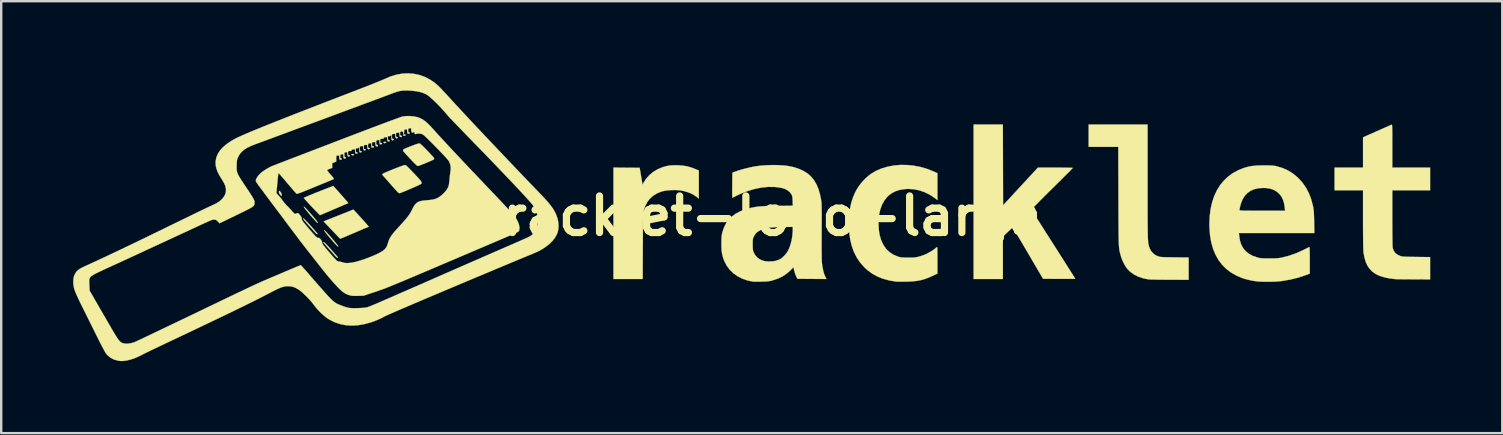
<source format=kicad_pcb>
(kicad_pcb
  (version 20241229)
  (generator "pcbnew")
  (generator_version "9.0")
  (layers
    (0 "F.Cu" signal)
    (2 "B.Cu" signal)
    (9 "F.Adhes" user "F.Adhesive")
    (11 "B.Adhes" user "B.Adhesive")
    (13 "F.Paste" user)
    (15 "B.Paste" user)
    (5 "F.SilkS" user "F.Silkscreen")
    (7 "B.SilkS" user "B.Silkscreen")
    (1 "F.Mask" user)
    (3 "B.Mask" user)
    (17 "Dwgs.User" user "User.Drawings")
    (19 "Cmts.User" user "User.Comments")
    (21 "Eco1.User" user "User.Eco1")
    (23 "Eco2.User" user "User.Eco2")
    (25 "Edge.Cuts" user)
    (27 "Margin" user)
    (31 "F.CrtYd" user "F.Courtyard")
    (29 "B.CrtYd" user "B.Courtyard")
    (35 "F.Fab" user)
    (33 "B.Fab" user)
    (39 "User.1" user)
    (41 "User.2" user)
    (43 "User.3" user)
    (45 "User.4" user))
  (footprint "racklet-logo-large"
    (layer "F.Cu")
    (at 29.109 5.947)
    (property "Reference" "racklet-logo-large" (at 0 0 0) (layer "F.SilkS") (effects (font (size 1.524 1.524) (thickness 0.3))))
    (attr through_hole)
    (fp_poly (pts (xy -15.266 -3.386) (xy -15.26 -3.368) (xy -15.274 -3.352) (xy -15.315 -3.338) (xy -15.354 -3.347) (xy -15.374 -3.364) (xy -15.363 -3.381) (xy -15.331 -3.394) (xy -15.292 -3.397) (xy -15.266 -3.386)) (stroke (width 0.01) (type solid)) (fill yes) (layer "F.SilkS"))
    (fp_poly (pts (xy -20.496 -1.027) (xy -20.465 -0.99) (xy -20.431 -0.93) (xy -20.425 -0.879) (xy -20.43 -0.827) (xy -20.485 -0.884) (xy -20.527 -0.94) (xy -20.54 -0.993) (xy -20.54 -0.996) (xy -20.536 -1.036) (xy -20.522 -1.047) (xy -20.496 -1.027)) (stroke (width 0.01) (type solid)) (fill yes) (layer "F.SilkS"))
    (fp_poly (pts (xy -17.424 -2.573) (xy -17.408 -2.558) (xy -17.421 -2.543) (xy -17.424 -2.54) (xy -17.466 -2.524) (xy -17.507 -2.538) (xy -17.509 -2.539) (xy -17.526 -2.556) (xy -17.526 -2.562) (xy -17.49 -2.578) (xy -17.447 -2.581) (xy -17.424 -2.573)) (stroke (width 0.01) (type solid)) (fill yes) (layer "F.SilkS"))
    (fp_poly (pts (xy -16.087 -3.081) (xy -16.07 -3.066) (xy -16.083 -3.051) (xy -16.087 -3.048) (xy -16.128 -3.032) (xy -16.169 -3.046) (xy -16.171 -3.047) (xy -16.188 -3.064) (xy -16.188 -3.07) (xy -16.152 -3.086) (xy -16.109 -3.089) (xy -16.087 -3.081)) (stroke (width 0.01) (type solid)) (fill yes) (layer "F.SilkS"))
    (fp_poly (pts (xy -19.469 -0.368) (xy -19.425 -0.326) (xy -19.364 -0.26) (xy -19.283 -0.17) (xy -19.206 -0.081) (xy -19.127 0.01) (xy -19.058 0.094) (xy -18.999 0.166) (xy -18.954 0.224) (xy -18.926 0.264) (xy -18.918 0.282) (xy -18.93 0.287) (xy -18.96 0.266) (xy -18.992 0.234) (xy -19.065 0.155) (xy -19.142 0.069) (xy -19.219 -0.02) (xy -19.294 -0.107) (xy -19.361 -0.189) (xy -19.42 -0.262) (xy -19.465 -0.322) (xy -19.494 -0.365) (xy -19.504 -0.387) (xy -19.504 -0.388) (xy -19.494 -0.389) (xy -19.469 -0.368)) (stroke (width 0.01) (type solid)) (fill yes) (layer "F.SilkS"))
    (fp_poly (pts (xy -18.622 0.614) (xy -18.579 0.656) (xy -18.517 0.722) (xy -18.437 0.812) (xy -18.359 0.901) (xy -18.281 0.992) (xy -18.211 1.076) (xy -18.152 1.149) (xy -18.107 1.207) (xy -18.079 1.246) (xy -18.071 1.264) (xy -18.083 1.269) (xy -18.113 1.248) (xy -18.145 1.216) (xy -18.219 1.137) (xy -18.296 1.051) (xy -18.373 0.962) (xy -18.447 0.875) (xy -18.515 0.793) (xy -18.573 0.72) (xy -18.618 0.66) (xy -18.648 0.617) (xy -18.657 0.595) (xy -18.657 0.595) (xy -18.648 0.594) (xy -18.622 0.614)) (stroke (width 0.01) (type solid)) (fill yes) (layer "F.SilkS"))
    (fp_poly (pts (xy -19.491 0.12) (xy -19.469 0.141) (xy -19.429 0.181) (xy -19.376 0.237) (xy -19.314 0.304) (xy -19.246 0.379) (xy -19.177 0.456) (xy -19.109 0.532) (xy -19.047 0.603) (xy -18.995 0.664) (xy -18.956 0.71) (xy -18.935 0.739) (xy -18.931 0.745) (xy -18.941 0.762) (xy -18.967 0.751) (xy -19.009 0.715) (xy -19.058 0.662) (xy -19.099 0.616) (xy -19.156 0.551) (xy -19.224 0.475) (xy -19.297 0.394) (xy -19.344 0.341) (xy -19.425 0.249) (xy -19.484 0.179) (xy -19.52 0.13) (xy -19.533 0.104) (xy -19.523 0.101) (xy -19.491 0.12)) (stroke (width 0.01) (type solid)) (fill yes) (layer "F.SilkS"))
    (fp_poly (pts (xy -18.645 1.103) (xy -18.622 1.123) (xy -18.583 1.163) (xy -18.53 1.219) (xy -18.467 1.286) (xy -18.4 1.361) (xy -18.33 1.438) (xy -18.262 1.514) (xy -18.2 1.585) (xy -18.148 1.646) (xy -18.109 1.692) (xy -18.088 1.721) (xy -18.085 1.727) (xy -18.094 1.744) (xy -18.12 1.733) (xy -18.163 1.697) (xy -18.212 1.644) (xy -18.252 1.598) (xy -18.309 1.533) (xy -18.377 1.457) (xy -18.45 1.376) (xy -18.498 1.323) (xy -18.579 1.231) (xy -18.638 1.161) (xy -18.674 1.112) (xy -18.687 1.086) (xy -18.677 1.083) (xy -18.645 1.103)) (stroke (width 0.01) (type solid)) (fill yes) (layer "F.SilkS"))
    (fp_poly (pts (xy -14.671 -3.021) (xy -14.648 -3.004) (xy -14.607 -2.968) (xy -14.553 -2.916) (xy -14.487 -2.852) (xy -14.416 -2.78) (xy -14.342 -2.704) (xy -14.27 -2.628) (xy -14.204 -2.557) (xy -14.147 -2.495) (xy -14.103 -2.445) (xy -14.077 -2.412) (xy -14.072 -2.401) (xy -14.081 -2.367) (xy -14.085 -2.36) (xy -14.104 -2.347) (xy -14.15 -2.324) (xy -14.216 -2.294) (xy -14.295 -2.259) (xy -14.383 -2.222) (xy -14.473 -2.184) (xy -14.56 -2.15) (xy -14.638 -2.12) (xy -14.7 -2.097) (xy -14.741 -2.085) (xy -14.753 -2.083) (xy -14.774 -2.09) (xy -14.807 -2.115) (xy -14.854 -2.158) (xy -14.919 -2.221) (xy -15.001 -2.307) (xy -15.071 -2.381) (xy -15.15 -2.466) (xy -15.222 -2.544) (xy -15.282 -2.612) (xy -15.329 -2.665) (xy -15.358 -2.7) (xy -15.366 -2.712) (xy -15.37 -2.749) (xy -15.356 -2.77) (xy -15.333 -2.784) (xy -15.283 -2.807) (xy -15.213 -2.838) (xy -15.126 -2.873) (xy -15.03 -2.912) (xy -15.02 -2.915) (xy -14.905 -2.959) (xy -14.818 -2.99) (xy -14.755 -3.01) (xy -14.711 -3.021) (xy -14.682 -3.023) (xy -14.671 -3.021)) (stroke (width 0.01) (type solid)) (fill yes) (layer "F.SilkS"))
    (fp_poly (pts (xy -17.958 -0.895) (xy -17.876 -0.803) (xy -17.803 -0.719) (xy -17.741 -0.648) (xy -17.692 -0.591) (xy -17.66 -0.552) (xy -17.647 -0.535) (xy -17.647 -0.535) (xy -17.666 -0.526) (xy -17.702 -0.512) (xy -17.704 -0.512) (xy -17.731 -0.501) (xy -17.786 -0.478) (xy -17.863 -0.445) (xy -17.959 -0.404) (xy -18.071 -0.357) (xy -18.193 -0.304) (xy -18.287 -0.264) (xy -18.413 -0.21) (xy -18.529 -0.16) (xy -18.631 -0.117) (xy -18.716 -0.081) (xy -18.78 -0.054) (xy -18.819 -0.038) (xy -18.83 -0.034) (xy -18.844 -0.046) (xy -18.878 -0.079) (xy -18.929 -0.131) (xy -18.994 -0.198) (xy -19.071 -0.278) (xy -19.155 -0.367) (xy -19.172 -0.385) (xy -19.258 -0.476) (xy -19.335 -0.56) (xy -19.401 -0.632) (xy -19.453 -0.691) (xy -19.488 -0.732) (xy -19.503 -0.752) (xy -19.504 -0.754) (xy -19.488 -0.763) (xy -19.445 -0.783) (xy -19.377 -0.813) (xy -19.289 -0.85) (xy -19.184 -0.893) (xy -19.065 -0.942) (xy -18.937 -0.994) (xy -18.803 -1.047) (xy -18.666 -1.101) (xy -18.53 -1.154) (xy -18.399 -1.204) (xy -18.361 -1.218) (xy -18.274 -1.251) (xy -17.958 -0.895)) (stroke (width 0.01) (type solid)) (fill yes) (layer "F.SilkS"))
    (fp_poly (pts (xy -17.428 -0.256) (xy -17.396 -0.224) (xy -17.349 -0.173) (xy -17.29 -0.109) (xy -17.222 -0.035) (xy -17.149 0.045) (xy -17.076 0.127) (xy -17.004 0.207) (xy -16.937 0.282) (xy -16.88 0.347) (xy -16.836 0.399) (xy -16.807 0.434) (xy -16.798 0.448) (xy -16.811 0.457) (xy -16.816 0.457) (xy -16.837 0.464) (xy -16.883 0.482) (xy -16.949 0.509) (xy -17.029 0.542) (xy -17.083 0.566) (xy -17.164 0.601) (xy -17.259 0.642) (xy -17.363 0.686) (xy -17.472 0.733) (xy -17.581 0.779) (xy -17.685 0.823) (xy -17.781 0.864) (xy -17.864 0.898) (xy -17.929 0.925) (xy -17.972 0.942) (xy -17.987 0.948) (xy -18 0.937) (xy -18.032 0.904) (xy -18.081 0.854) (xy -18.141 0.791) (xy -18.211 0.718) (xy -18.222 0.707) (xy -18.302 0.622) (xy -18.383 0.537) (xy -18.459 0.457) (xy -18.523 0.389) (xy -18.564 0.346) (xy -18.677 0.225) (xy -18.064 -0.019) (xy -17.929 -0.073) (xy -17.803 -0.123) (xy -17.69 -0.168) (xy -17.594 -0.206) (xy -17.519 -0.236) (xy -17.467 -0.257) (xy -17.443 -0.266) (xy -17.442 -0.267) (xy -17.428 -0.256)) (stroke (width 0.01) (type solid)) (fill yes) (layer "F.SilkS"))
    (fp_poly (pts (xy -3.92 -2.112) (xy -3.912 -2.112) (xy -3.717 -2.098) (xy -3.543 -2.07) (xy -3.375 -2.024) (xy -3.203 -1.959) (xy -3.194 -1.955) (xy -3.048 -1.893) (xy -3.048 -0.727) (xy -3.137 -0.793) (xy -3.241 -0.866) (xy -3.34 -0.921) (xy -3.448 -0.968) (xy -3.531 -0.997) (xy -3.686 -1.041) (xy -3.841 -1.069) (xy -4.005 -1.081) (xy -4.189 -1.079) (xy -4.358 -1.066) (xy -4.504 -1.043) (xy -4.636 -1.006) (xy -4.764 -0.953) (xy -4.814 -0.928) (xy -4.966 -0.832) (xy -5.094 -0.714) (xy -5.199 -0.573) (xy -5.283 -0.407) (xy -5.338 -0.246) (xy -5.344 -0.22) (xy -5.35 -0.196) (xy -5.356 -0.17) (xy -5.36 -0.139) (xy -5.364 -0.102) (xy -5.367 -0.055) (xy -5.37 0.002) (xy -5.372 0.074) (xy -5.374 0.162) (xy -5.375 0.268) (xy -5.376 0.395) (xy -5.377 0.546) (xy -5.378 0.723) (xy -5.379 0.928) (xy -5.38 1.163) (xy -5.381 1.257) (xy -5.386 2.625) (xy -6.604 2.625) (xy -6.604 -2.016) (xy -6.058 -2.011) (xy -5.512 -2.007) (xy -5.453 -1.655) (xy -5.393 -1.304) (xy -5.352 -1.382) (xy -5.244 -1.55) (xy -5.109 -1.701) (xy -4.951 -1.833) (xy -4.774 -1.942) (xy -4.581 -2.024) (xy -4.567 -2.029) (xy -4.44 -2.067) (xy -4.323 -2.093) (xy -4.204 -2.109) (xy -4.073 -2.114) (xy -3.92 -2.112)) (stroke (width 0.01) (type solid)) (fill yes) (layer "F.SilkS"))
    (fp_poly (pts (xy -15.282 -2.121) (xy -15.268 -2.118) (xy -15.253 -2.111) (xy -15.232 -2.096) (xy -15.204 -2.072) (xy -15.166 -2.035) (xy -15.114 -1.982) (xy -15.046 -1.912) (xy -14.96 -1.822) (xy -14.899 -1.759) (xy -14.8 -1.654) (xy -14.724 -1.571) (xy -14.667 -1.506) (xy -14.628 -1.456) (xy -14.605 -1.417) (xy -14.596 -1.387) (xy -14.599 -1.363) (xy -14.612 -1.342) (xy -14.621 -1.332) (xy -14.643 -1.319) (xy -14.691 -1.296) (xy -14.76 -1.264) (xy -14.846 -1.225) (xy -14.942 -1.183) (xy -15.045 -1.138) (xy -15.149 -1.094) (xy -15.249 -1.051) (xy -15.34 -1.014) (xy -15.417 -0.983) (xy -15.476 -0.961) (xy -15.51 -0.949) (xy -15.516 -0.948) (xy -15.547 -0.959) (xy -15.574 -0.978) (xy -15.595 -0.999) (xy -15.634 -1.041) (xy -15.688 -1.101) (xy -15.754 -1.175) (xy -15.829 -1.258) (xy -15.884 -1.321) (xy -15.963 -1.41) (xy -16.037 -1.494) (xy -16.101 -1.567) (xy -16.154 -1.626) (xy -16.19 -1.666) (xy -16.203 -1.681) (xy -16.23 -1.713) (xy -16.236 -1.732) (xy -16.221 -1.751) (xy -16.213 -1.759) (xy -16.188 -1.774) (xy -16.136 -1.798) (xy -16.063 -1.83) (xy -15.974 -1.868) (xy -15.873 -1.909) (xy -15.767 -1.952) (xy -15.661 -1.993) (xy -15.558 -2.032) (xy -15.466 -2.067) (xy -15.388 -2.094) (xy -15.331 -2.113) (xy -15.299 -2.121) (xy -15.297 -2.121) (xy -15.282 -2.121)) (stroke (width 0.01) (type solid)) (fill yes) (layer "F.SilkS"))
    (fp_poly (pts (xy 15.646 -1.425) (xy 15.646 -1.082) (xy 15.646 -0.772) (xy 15.647 -0.492) (xy 15.647 -0.241) (xy 15.647 -0.016) (xy 15.648 0.183) (xy 15.649 0.359) (xy 15.651 0.513) (xy 15.653 0.647) (xy 15.655 0.763) (xy 15.658 0.863) (xy 15.661 0.947) (xy 15.665 1.019) (xy 15.67 1.08) (xy 15.676 1.131) (xy 15.682 1.174) (xy 15.689 1.211) (xy 15.698 1.244) (xy 15.707 1.275) (xy 15.717 1.304) (xy 15.728 1.335) (xy 15.734 1.35) (xy 15.792 1.46) (xy 15.876 1.556) (xy 15.98 1.633) (xy 16.079 1.678) (xy 16.113 1.689) (xy 16.145 1.697) (xy 16.181 1.704) (xy 16.224 1.709) (xy 16.278 1.713) (xy 16.348 1.716) (xy 16.437 1.718) (xy 16.55 1.72) (xy 16.691 1.722) (xy 16.777 1.723) (xy 17.357 1.73) (xy 17.357 2.659) (xy 16.574 2.656) (xy 16.41 2.656) (xy 16.253 2.654) (xy 16.107 2.653) (xy 15.976 2.651) (xy 15.864 2.648) (xy 15.775 2.646) (xy 15.712 2.643) (xy 15.685 2.641) (xy 15.47 2.599) (xy 15.27 2.533) (xy 15.09 2.444) (xy 14.933 2.334) (xy 14.824 2.23) (xy 14.754 2.14) (xy 14.684 2.026) (xy 14.619 1.899) (xy 14.565 1.768) (xy 14.53 1.659) (xy 14.517 1.61) (xy 14.505 1.565) (xy 14.494 1.523) (xy 14.484 1.482) (xy 14.476 1.44) (xy 14.469 1.394) (xy 14.462 1.344) (xy 14.457 1.286) (xy 14.452 1.219) (xy 14.448 1.141) (xy 14.445 1.05) (xy 14.442 0.943) (xy 14.44 0.819) (xy 14.438 0.677) (xy 14.437 0.513) (xy 14.436 0.326) (xy 14.435 0.114) (xy 14.434 -0.125) (xy 14.433 -0.394) (xy 14.432 -0.693) (xy 14.432 -0.817) (xy 14.426 -2.879) (xy 13.191 -2.879) (xy 13.191 -3.81) (xy 15.646 -3.81) (xy 15.646 -1.425)) (stroke (width 0.01) (type solid)) (fill yes) (layer "F.SilkS"))
    (fp_poly (pts (xy 25.823 -3.799) (xy 25.827 -3.787) (xy 25.831 -3.765) (xy 25.834 -3.729) (xy 25.836 -3.678) (xy 25.838 -3.609) (xy 25.839 -3.518) (xy 25.84 -3.404) (xy 25.84 -3.264) (xy 25.84 -3.095) (xy 25.84 -2.914) (xy 25.84 -2.015) (xy 27.415 -2.015) (xy 27.415 -1.067) (xy 25.84 -1.067) (xy 25.84 0.092) (xy 25.841 0.359) (xy 25.841 0.595) (xy 25.843 0.799) (xy 25.845 0.972) (xy 25.847 1.112) (xy 25.85 1.219) (xy 25.854 1.293) (xy 25.858 1.334) (xy 25.858 1.336) (xy 25.899 1.45) (xy 25.966 1.543) (xy 26.061 1.617) (xy 26.18 1.669) (xy 26.21 1.678) (xy 26.245 1.685) (xy 26.289 1.69) (xy 26.346 1.695) (xy 26.421 1.698) (xy 26.516 1.701) (xy 26.636 1.703) (xy 26.785 1.705) (xy 26.844 1.706) (xy 27.415 1.713) (xy 27.415 2.642) (xy 26.717 2.639) (xy 26.564 2.638) (xy 26.419 2.637) (xy 26.288 2.636) (xy 26.173 2.635) (xy 26.078 2.634) (xy 26.008 2.632) (xy 25.967 2.631) (xy 25.959 2.63) (xy 25.713 2.598) (xy 25.497 2.553) (xy 25.309 2.493) (xy 25.147 2.416) (xy 25.011 2.321) (xy 24.898 2.206) (xy 24.806 2.071) (xy 24.734 1.914) (xy 24.68 1.732) (xy 24.643 1.526) (xy 24.639 1.491) (xy 24.635 1.445) (xy 24.632 1.368) (xy 24.629 1.262) (xy 24.627 1.128) (xy 24.625 0.97) (xy 24.623 0.788) (xy 24.622 0.587) (xy 24.621 0.367) (xy 24.621 0.14) (xy 24.621 -1.067) (xy 23.436 -1.067) (xy 23.436 -2.015) (xy 24.621 -2.015) (xy 24.621 -3.277) (xy 25.201 -3.534) (xy 25.333 -3.592) (xy 25.456 -3.647) (xy 25.567 -3.695) (xy 25.661 -3.737) (xy 25.735 -3.77) (xy 25.786 -3.792) (xy 25.81 -3.802) (xy 25.811 -3.802) (xy 25.817 -3.803) (xy 25.823 -3.799)) (stroke (width 0.01) (type solid)) (fill yes) (layer "F.SilkS"))
    (fp_poly (pts (xy 9.622 -2.128) (xy 9.627 -0.446) (xy 11.077 -2.015) (xy 11.804 -2.015) (xy 11.957 -2.015) (xy 12.099 -2.014) (xy 12.227 -2.013) (xy 12.337 -2.011) (xy 12.425 -2.009) (xy 12.489 -2.006) (xy 12.524 -2.004) (xy 12.531 -2.002) (xy 12.519 -1.988) (xy 12.485 -1.953) (xy 12.431 -1.897) (xy 12.358 -1.824) (xy 12.269 -1.734) (xy 12.165 -1.63) (xy 12.048 -1.514) (xy 11.921 -1.388) (xy 11.785 -1.253) (xy 11.666 -1.136) (xy 11.487 -0.959) (xy 11.328 -0.801) (xy 11.189 -0.661) (xy 11.07 -0.541) (xy 10.973 -0.441) (xy 10.898 -0.363) (xy 10.846 -0.306) (xy 10.817 -0.271) (xy 10.811 -0.26) (xy 10.821 -0.242) (xy 10.848 -0.198) (xy 10.891 -0.13) (xy 10.949 -0.039) (xy 11.019 0.073) (xy 11.102 0.204) (xy 11.196 0.351) (xy 11.299 0.513) (xy 11.41 0.689) (xy 11.529 0.875) (xy 11.653 1.07) (xy 11.726 1.184) (xy 11.853 1.383) (xy 11.974 1.574) (xy 12.09 1.755) (xy 12.197 1.923) (xy 12.295 2.078) (xy 12.384 2.218) (xy 12.46 2.339) (xy 12.525 2.441) (xy 12.575 2.521) (xy 12.61 2.578) (xy 12.629 2.609) (xy 12.632 2.615) (xy 12.616 2.617) (xy 12.569 2.619) (xy 12.496 2.62) (xy 12.4 2.621) (xy 12.284 2.621) (xy 12.152 2.621) (xy 12.009 2.621) (xy 11.962 2.621) (xy 11.291 2.616) (xy 10.666 1.549) (xy 10.564 1.376) (xy 10.467 1.211) (xy 10.376 1.057) (xy 10.292 0.916) (xy 10.218 0.791) (xy 10.153 0.685) (xy 10.101 0.598) (xy 10.061 0.534) (xy 10.036 0.495) (xy 10.027 0.483) (xy 10.01 0.494) (xy 9.974 0.525) (xy 9.922 0.571) (xy 9.86 0.63) (xy 9.815 0.672) (xy 9.618 0.862) (xy 9.618 2.625) (xy 8.399 2.625) (xy 8.399 -3.81) (xy 9.618 -3.81) (xy 9.622 -2.128)) (stroke (width 0.01) (type solid)) (fill yes) (layer "F.SilkS"))
    (fp_poly (pts (xy 5.62 -2.124) (xy 5.897 -2.097) (xy 6.174 -2.045) (xy 6.447 -1.967) (xy 6.712 -1.863) (xy 6.744 -1.849) (xy 6.892 -1.78) (xy 6.892 -0.662) (xy 6.752 -0.768) (xy 6.556 -0.896) (xy 6.344 -0.997) (xy 6.122 -1.071) (xy 5.894 -1.115) (xy 5.665 -1.128) (xy 5.512 -1.118) (xy 5.317 -1.085) (xy 5.145 -1.03) (xy 4.992 -0.952) (xy 4.856 -0.848) (xy 4.79 -0.783) (xy 4.673 -0.635) (xy 4.58 -0.462) (xy 4.509 -0.266) (xy 4.462 -0.047) (xy 4.439 0.194) (xy 4.437 0.313) (xy 4.449 0.566) (xy 4.485 0.796) (xy 4.545 1.003) (xy 4.629 1.186) (xy 4.736 1.346) (xy 4.784 1.402) (xy 4.913 1.519) (xy 5.061 1.613) (xy 5.232 1.686) (xy 5.241 1.689) (xy 5.293 1.705) (xy 5.339 1.717) (xy 5.386 1.725) (xy 5.441 1.73) (xy 5.511 1.733) (xy 5.604 1.734) (xy 5.673 1.734) (xy 5.784 1.734) (xy 5.869 1.732) (xy 5.937 1.729) (xy 5.993 1.722) (xy 6.048 1.711) (xy 6.108 1.696) (xy 6.135 1.689) (xy 6.224 1.662) (xy 6.317 1.629) (xy 6.4 1.597) (xy 6.424 1.586) (xy 6.485 1.555) (xy 6.555 1.516) (xy 6.629 1.471) (xy 6.699 1.427) (xy 6.758 1.387) (xy 6.8 1.355) (xy 6.815 1.338) (xy 6.838 1.317) (xy 6.859 1.303) (xy 6.868 1.299) (xy 6.875 1.301) (xy 6.881 1.31) (xy 6.885 1.331) (xy 6.888 1.367) (xy 6.89 1.421) (xy 6.891 1.497) (xy 6.892 1.598) (xy 6.892 1.727) (xy 6.892 1.842) (xy 6.892 2.398) (xy 6.71 2.486) (xy 6.538 2.563) (xy 6.377 2.623) (xy 6.218 2.669) (xy 6.054 2.701) (xy 5.877 2.721) (xy 5.679 2.732) (xy 5.58 2.735) (xy 5.469 2.736) (xy 5.367 2.736) (xy 5.279 2.736) (xy 5.211 2.735) (xy 5.17 2.733) (xy 5.165 2.732) (xy 4.884 2.685) (xy 4.627 2.615) (xy 4.393 2.522) (xy 4.178 2.404) (xy 3.982 2.261) (xy 3.843 2.134) (xy 3.674 1.943) (xy 3.532 1.732) (xy 3.415 1.501) (xy 3.324 1.25) (xy 3.258 0.977) (xy 3.218 0.684) (xy 3.204 0.368) (xy 3.206 0.178) (xy 3.223 -0.087) (xy 3.254 -0.327) (xy 3.302 -0.547) (xy 3.367 -0.754) (xy 3.45 -0.953) (xy 3.508 -1.067) (xy 3.613 -1.237) (xy 3.743 -1.404) (xy 3.889 -1.56) (xy 4.044 -1.696) (xy 4.13 -1.76) (xy 4.34 -1.883) (xy 4.57 -1.981) (xy 4.816 -2.054) (xy 5.076 -2.103) (xy 5.345 -2.126) (xy 5.62 -2.124)) (stroke (width 0.01) (type solid)) (fill yes) (layer "F.SilkS"))
    (fp_poly (pts (xy 20.627 -2.107) (xy 20.729 -2.105) (xy 20.809 -2.102) (xy 20.875 -2.097) (xy 20.933 -2.089) (xy 20.989 -2.079) (xy 21.028 -2.07) (xy 21.269 -1.998) (xy 21.489 -1.9) (xy 21.693 -1.774) (xy 21.884 -1.618) (xy 21.93 -1.575) (xy 22.102 -1.383) (xy 22.248 -1.172) (xy 22.369 -0.94) (xy 22.465 -0.686) (xy 22.537 -0.408) (xy 22.54 -0.394) (xy 22.552 -0.331) (xy 22.561 -0.269) (xy 22.569 -0.201) (xy 22.574 -0.122) (xy 22.578 -0.027) (xy 22.582 0.09) (xy 22.585 0.235) (xy 22.585 0.25) (xy 22.593 0.711) (xy 19.452 0.711) (xy 19.463 0.833) (xy 19.494 1.026) (xy 19.549 1.196) (xy 19.629 1.344) (xy 19.734 1.469) (xy 19.866 1.574) (xy 20.025 1.66) (xy 20.212 1.726) (xy 20.227 1.73) (xy 20.278 1.743) (xy 20.328 1.753) (xy 20.384 1.759) (xy 20.45 1.764) (xy 20.534 1.767) (xy 20.643 1.768) (xy 20.709 1.768) (xy 20.835 1.768) (xy 20.934 1.767) (xy 21.015 1.763) (xy 21.084 1.757) (xy 21.15 1.748) (xy 21.219 1.736) (xy 21.251 1.729) (xy 21.548 1.654) (xy 21.839 1.551) (xy 22.115 1.427) (xy 22.201 1.384) (xy 22.277 1.346) (xy 22.338 1.316) (xy 22.377 1.296) (xy 22.39 1.29) (xy 22.393 1.305) (xy 22.396 1.35) (xy 22.398 1.421) (xy 22.4 1.514) (xy 22.402 1.625) (xy 22.403 1.751) (xy 22.403 1.842) (xy 22.403 2.4) (xy 22.238 2.463) (xy 21.929 2.566) (xy 21.599 2.648) (xy 21.253 2.707) (xy 21.167 2.718) (xy 21.06 2.728) (xy 20.931 2.735) (xy 20.787 2.739) (xy 20.638 2.741) (xy 20.491 2.739) (xy 20.357 2.735) (xy 20.244 2.729) (xy 20.201 2.724) (xy 20.049 2.702) (xy 19.887 2.669) (xy 19.729 2.63) (xy 19.594 2.588) (xy 19.347 2.484) (xy 19.125 2.357) (xy 18.926 2.207) (xy 18.752 2.033) (xy 18.602 1.836) (xy 18.477 1.616) (xy 18.376 1.373) (xy 18.3 1.107) (xy 18.25 0.82) (xy 18.224 0.51) (xy 18.22 0.339) (xy 18.233 0.016) (xy 18.267 -0.252) (xy 19.473 -0.252) (xy 19.474 -0.245) (xy 19.479 -0.239) (xy 19.491 -0.235) (xy 19.511 -0.231) (xy 19.543 -0.227) (xy 19.59 -0.225) (xy 19.653 -0.223) (xy 19.736 -0.222) (xy 19.841 -0.221) (xy 19.971 -0.22) (xy 20.128 -0.22) (xy 20.315 -0.22) (xy 20.423 -0.22) (xy 21.373 -0.22) (xy 21.361 -0.343) (xy 21.333 -0.523) (xy 21.287 -0.676) (xy 21.221 -0.808) (xy 21.134 -0.92) (xy 21.133 -0.921) (xy 21.022 -1.018) (xy 20.895 -1.09) (xy 20.749 -1.139) (xy 20.581 -1.164) (xy 20.462 -1.168) (xy 20.267 -1.155) (xy 20.092 -1.116) (xy 19.938 -1.049) (xy 19.806 -0.957) (xy 19.694 -0.838) (xy 19.604 -0.693) (xy 19.536 -0.522) (xy 19.515 -0.448) (xy 19.497 -0.375) (xy 19.483 -0.311) (xy 19.475 -0.266) (xy 19.473 -0.252) (xy 18.267 -0.252) (xy 18.271 -0.286) (xy 18.334 -0.569) (xy 18.422 -0.83) (xy 18.533 -1.069) (xy 18.669 -1.285) (xy 18.828 -1.479) (xy 19.009 -1.649) (xy 19.213 -1.795) (xy 19.44 -1.915) (xy 19.633 -1.992) (xy 19.759 -2.031) (xy 19.883 -2.062) (xy 20.012 -2.083) (xy 20.152 -2.097) (xy 20.312 -2.105) (xy 20.498 -2.107) (xy 20.498 -2.107) (xy 20.627 -2.107)) (stroke (width 0.01) (type solid)) (fill yes) (layer "F.SilkS"))
    (fp_poly (pts (xy 0.254 -2.119) (xy 0.469 -2.106) (xy 0.662 -2.084) (xy 0.672 -2.083) (xy 0.915 -2.032) (xy 1.137 -1.958) (xy 1.336 -1.864) (xy 1.495 -1.76) (xy 1.634 -1.636) (xy 1.753 -1.488) (xy 1.854 -1.315) (xy 1.937 -1.115) (xy 2.003 -0.888) (xy 2.044 -0.683) (xy 2.05 -0.644) (xy 2.055 -0.604) (xy 2.059 -0.56) (xy 2.063 -0.51) (xy 2.066 -0.45) (xy 2.068 -0.378) (xy 2.069 -0.291) (xy 2.07 -0.186) (xy 2.071 -0.061) (xy 2.071 0.088) (xy 2.07 0.263) (xy 2.069 0.466) (xy 2.069 0.652) (xy 2.068 0.935) (xy 2.067 1.185) (xy 2.068 1.401) (xy 2.069 1.583) (xy 2.072 1.733) (xy 2.075 1.849) (xy 2.078 1.933) (xy 2.082 1.973) (xy 2.105 2.139) (xy 2.137 2.292) (xy 2.175 2.424) (xy 2.218 2.527) (xy 2.267 2.625) (xy 1.662 2.621) (xy 1.058 2.616) (xy 1.005 2.509) (xy 0.974 2.435) (xy 0.945 2.348) (xy 0.924 2.268) (xy 0.895 2.134) (xy 0.773 2.259) (xy 0.62 2.396) (xy 0.451 2.51) (xy 0.261 2.603) (xy 0.046 2.676) (xy -0.021 2.694) (xy -0.088 2.709) (xy -0.159 2.72) (xy -0.242 2.727) (xy -0.344 2.732) (xy -0.457 2.735) (xy -0.558 2.736) (xy -0.65 2.736) (xy -0.727 2.736) (xy -0.781 2.734) (xy -0.804 2.732) (xy -1.037 2.682) (xy -1.25 2.605) (xy -1.444 2.504) (xy -1.616 2.38) (xy -1.764 2.234) (xy -1.888 2.067) (xy -1.984 1.881) (xy -2.011 1.813) (xy -2.046 1.71) (xy -2.072 1.613) (xy -2.089 1.516) (xy -2.101 1.409) (xy -2.106 1.284) (xy -2.107 1.159) (xy -0.804 1.159) (xy -0.804 1.185) (xy -0.803 1.283) (xy -0.801 1.355) (xy -0.795 1.409) (xy -0.785 1.454) (xy -0.77 1.498) (xy -0.766 1.51) (xy -0.698 1.634) (xy -0.605 1.737) (xy -0.49 1.816) (xy -0.356 1.869) (xy -0.355 1.869) (xy -0.264 1.886) (xy -0.154 1.894) (xy -0.038 1.893) (xy 0.071 1.884) (xy 0.145 1.87) (xy 0.215 1.849) (xy 0.287 1.823) (xy 0.322 1.808) (xy 0.393 1.763) (xy 0.472 1.695) (xy 0.55 1.614) (xy 0.619 1.525) (xy 0.648 1.481) (xy 0.714 1.35) (xy 0.77 1.195) (xy 0.815 1.024) (xy 0.846 0.846) (xy 0.862 0.67) (xy 0.864 0.603) (xy 0.864 0.453) (xy 0.411 0.462) (xy 0.225 0.466) (xy 0.069 0.473) (xy -0.061 0.483) (xy -0.17 0.495) (xy -0.262 0.512) (xy -0.342 0.532) (xy -0.412 0.558) (xy -0.449 0.574) (xy -0.551 0.628) (xy -0.628 0.681) (xy -0.686 0.74) (xy -0.733 0.813) (xy -0.748 0.841) (xy -0.771 0.888) (xy -0.786 0.927) (xy -0.796 0.966) (xy -0.801 1.012) (xy -0.804 1.074) (xy -0.804 1.159) (xy -2.107 1.159) (xy -2.107 1.143) (xy -2.107 1.023) (xy -2.104 0.93) (xy -2.099 0.856) (xy -2.091 0.792) (xy -2.08 0.733) (xy -2.07 0.693) (xy -2.006 0.494) (xy -1.919 0.317) (xy -1.807 0.159) (xy -1.67 0.022) (xy -1.507 -0.097) (xy -1.317 -0.197) (xy -1.1 -0.279) (xy -0.854 -0.344) (xy -0.643 -0.383) (xy -0.581 -0.391) (xy -0.505 -0.398) (xy -0.412 -0.404) (xy -0.298 -0.408) (xy -0.161 -0.412) (xy 0.004 -0.416) (xy 0.199 -0.419) (xy 0.201 -0.419) (xy 0.867 -0.427) (xy 0.86 -0.624) (xy 0.856 -0.717) (xy 0.85 -0.785) (xy 0.84 -0.834) (xy 0.825 -0.874) (xy 0.818 -0.889) (xy 0.746 -0.988) (xy 0.647 -1.07) (xy 0.523 -1.133) (xy 0.376 -1.175) (xy 0.367 -1.177) (xy 0.111 -1.209) (xy -0.158 -1.212) (xy -0.435 -1.184) (xy -0.72 -1.127) (xy -1.009 -1.041) (xy -1.301 -0.926) (xy -1.419 -0.872) (xy -1.499 -0.833) (xy -1.568 -0.801) (xy -1.62 -0.777) (xy -1.649 -0.764) (xy -1.654 -0.762) (xy -1.655 -0.778) (xy -1.656 -0.824) (xy -1.657 -0.896) (xy -1.657 -0.989) (xy -1.657 -1.1) (xy -1.656 -1.224) (xy -1.655 -1.282) (xy -1.651 -1.802) (xy -1.499 -1.859) (xy -1.385 -1.898) (xy -1.247 -1.939) (xy -1.097 -1.979) (xy -0.944 -2.016) (xy -0.799 -2.048) (xy -0.671 -2.071) (xy -0.655 -2.073) (xy -0.439 -2.099) (xy -0.209 -2.115) (xy 0.025 -2.122) (xy 0.254 -2.119)) (stroke (width 0.01) (type solid)) (fill yes) (layer "F.SilkS"))
    (fp_poly (pts (xy -14.918 -5.923) (xy -14.683 -5.873) (xy -14.456 -5.791) (xy -14.24 -5.678) (xy -14.161 -5.627) (xy -14.095 -5.581) (xy -14.035 -5.536) (xy -13.975 -5.486) (xy -13.913 -5.43) (xy -13.845 -5.364) (xy -13.766 -5.283) (xy -13.674 -5.185) (xy -13.564 -5.066) (xy -13.531 -5.03) (xy -13.361 -4.844) (xy -13.173 -4.64) (xy -12.974 -4.425) (xy -12.769 -4.205) (xy -12.565 -3.986) (xy -12.368 -3.775) (xy -12.209 -3.607) (xy -11.994 -3.379) (xy -11.776 -3.148) (xy -11.556 -2.916) (xy -11.336 -2.685) (xy -11.12 -2.456) (xy -10.908 -2.233) (xy -10.702 -2.018) (xy -10.506 -1.812) (xy -10.32 -1.617) (xy -10.147 -1.437) (xy -9.989 -1.272) (xy -9.848 -1.125) (xy -9.726 -0.999) (xy -9.625 -0.895) (xy -9.619 -0.888) (xy -9.46 -0.721) (xy -9.326 -0.569) (xy -9.214 -0.43) (xy -9.122 -0.301) (xy -9.049 -0.177) (xy -8.991 -0.055) (xy -8.946 0.069) (xy -8.922 0.153) (xy -8.898 0.288) (xy -8.892 0.43) (xy -8.903 0.568) (xy -8.931 0.69) (xy -8.939 0.714) (xy -9.018 0.872) (xy -9.128 1.023) (xy -9.271 1.166) (xy -9.445 1.299) (xy -9.456 1.307) (xy -9.516 1.346) (xy -9.571 1.381) (xy -9.626 1.413) (xy -9.684 1.444) (xy -9.75 1.477) (xy -9.828 1.513) (xy -9.923 1.554) (xy -10.038 1.603) (xy -10.177 1.66) (xy -10.282 1.703) (xy -10.385 1.746) (xy -10.516 1.8) (xy -10.674 1.866) (xy -10.854 1.941) (xy -11.054 2.024) (xy -11.271 2.115) (xy -11.504 2.212) (xy -11.748 2.315) (xy -12.001 2.421) (xy -12.261 2.53) (xy -12.524 2.64) (xy -12.788 2.751) (xy -13.05 2.861) (xy -13.307 2.97) (xy -13.352 2.989) (xy -13.743 3.154) (xy -14.105 3.307) (xy -14.439 3.448) (xy -14.744 3.578) (xy -15.02 3.695) (xy -15.267 3.801) (xy -15.484 3.894) (xy -15.671 3.974) (xy -15.828 4.043) (xy -15.954 4.098) (xy -16.05 4.142) (xy -16.115 4.172) (xy -16.149 4.189) (xy -16.25 4.243) (xy -16.372 4.301) (xy -16.504 4.357) (xy -16.633 4.406) (xy -16.688 4.425) (xy -16.971 4.504) (xy -17.243 4.551) (xy -17.506 4.566) (xy -17.758 4.549) (xy -17.999 4.501) (xy -18.229 4.422) (xy -18.446 4.311) (xy -18.502 4.276) (xy -18.609 4.198) (xy -18.725 4.099) (xy -18.842 3.987) (xy -18.953 3.868) (xy -19.049 3.752) (xy -19.092 3.694) (xy -19.156 3.61) (xy -19.239 3.514) (xy -19.332 3.413) (xy -19.431 3.312) (xy -19.53 3.22) (xy -19.621 3.14) (xy -19.698 3.081) (xy -19.706 3.076) (xy -19.824 3.005) (xy -19.932 2.959) (xy -20.039 2.933) (xy -20.155 2.926) (xy -20.159 2.926) (xy -20.227 2.928) (xy -20.293 2.936) (xy -20.361 2.95) (xy -20.435 2.974) (xy -20.52 3.007) (xy -20.62 3.052) (xy -20.739 3.11) (xy -20.881 3.184) (xy -20.933 3.211) (xy -21.075 3.285) (xy -21.229 3.364) (xy -21.397 3.45) (xy -21.58 3.541) (xy -21.779 3.64) (xy -21.996 3.747) (xy -22.232 3.862) (xy -22.489 3.987) (xy -22.768 4.122) (xy -23.071 4.267) (xy -23.398 4.423) (xy -23.751 4.592) (xy -24.132 4.773) (xy -24.542 4.968) (xy -24.672 5.029) (xy -24.907 5.14) (xy -25.114 5.238) (xy -25.295 5.324) (xy -25.453 5.399) (xy -25.589 5.464) (xy -25.706 5.519) (xy -25.806 5.567) (xy -25.892 5.608) (xy -25.965 5.644) (xy -26.029 5.675) (xy -26.086 5.703) (xy -26.138 5.729) (xy -26.186 5.753) (xy -26.234 5.778) (xy -26.284 5.804) (xy -26.323 5.823) (xy -26.507 5.908) (xy -26.694 5.974) (xy -26.873 6.018) (xy -26.929 6.027) (xy -27.015 6.038) (xy -27.08 6.042) (xy -27.138 6.04) (xy -27.202 6.033) (xy -27.24 6.027) (xy -27.401 5.984) (xy -27.545 5.912) (xy -27.669 5.813) (xy -27.736 5.739) (xy -27.759 5.704) (xy -27.795 5.642) (xy -27.842 5.556) (xy -27.899 5.451) (xy -27.962 5.329) (xy -28.031 5.193) (xy -28.104 5.048) (xy -28.12 5.015) (xy -28.203 4.848) (xy -28.294 4.665) (xy -28.389 4.473) (xy -28.484 4.282) (xy -28.575 4.098) (xy -28.659 3.93) (xy -28.714 3.818) (xy -28.803 3.639) (xy -28.877 3.487) (xy -28.937 3.357) (xy -28.986 3.247) (xy -29.025 3.153) (xy -29.054 3.072) (xy -29.075 2.999) (xy -29.089 2.932) (xy -29.099 2.867) (xy -29.104 2.801) (xy -29.104 2.793) (xy -29.104 2.718) (xy -28.443 2.718) (xy -28.441 2.792) (xy -28.438 2.87) (xy -28.427 3.107) (xy -28.105 3.666) (xy -28.017 3.818) (xy -27.921 3.984) (xy -27.821 4.157) (xy -27.722 4.327) (xy -27.629 4.488) (xy -27.546 4.631) (xy -27.512 4.691) (xy -27.424 4.84) (xy -27.35 4.963) (xy -27.288 5.062) (xy -27.235 5.139) (xy -27.188 5.198) (xy -27.144 5.242) (xy -27.102 5.272) (xy -27.059 5.293) (xy -27.013 5.306) (xy -26.96 5.315) (xy -26.958 5.316) (xy -26.845 5.319) (xy -26.719 5.303) (xy -26.593 5.27) (xy -26.568 5.261) (xy -26.541 5.25) (xy -26.484 5.224) (xy -26.401 5.185) (xy -26.292 5.134) (xy -26.16 5.072) (xy -26.006 4.999) (xy -25.832 4.916) (xy -25.639 4.824) (xy -25.43 4.724) (xy -25.206 4.617) (xy -24.968 4.503) (xy -24.719 4.384) (xy -24.46 4.26) (xy -24.193 4.132) (xy -24.054 4.065) (xy -23.723 3.906) (xy -23.422 3.761) (xy -23.147 3.629) (xy -22.898 3.509) (xy -22.673 3.401) (xy -22.469 3.304) (xy -22.286 3.216) (xy -22.121 3.138) (xy -21.974 3.068) (xy -21.841 3.005) (xy -21.722 2.949) (xy -21.615 2.899) (xy -21.518 2.854) (xy -21.429 2.814) (xy -21.347 2.776) (xy -21.27 2.742) (xy -21.197 2.709) (xy -21.124 2.678) (xy -21.052 2.646) (xy -20.978 2.615) (xy -20.9 2.582) (xy -20.87 2.569) (xy -20.757 2.521) (xy -20.622 2.464) (xy -20.474 2.401) (xy -20.322 2.336) (xy -20.176 2.274) (xy -20.088 2.237) (xy -19.973 2.189) (xy -19.869 2.145) (xy -19.778 2.107) (xy -19.706 2.078) (xy -19.656 2.058) (xy -19.632 2.05) (xy -19.631 2.05) (xy -19.616 2.062) (xy -19.583 2.097) (xy -19.534 2.151) (xy -19.472 2.22) (xy -19.4 2.301) (xy -19.329 2.382) (xy -19.153 2.585) (xy -18.997 2.764) (xy -18.86 2.921) (xy -18.74 3.058) (xy -18.635 3.176) (xy -18.545 3.276) (xy -18.467 3.361) (xy -18.399 3.432) (xy -18.339 3.49) (xy -18.287 3.538) (xy -18.24 3.577) (xy -18.197 3.609) (xy -18.156 3.635) (xy -18.115 3.657) (xy -18.073 3.677) (xy -18.028 3.695) (xy -17.978 3.715) (xy -17.955 3.724) (xy -17.842 3.767) (xy -17.748 3.799) (xy -17.663 3.82) (xy -17.579 3.834) (xy -17.486 3.84) (xy -17.376 3.841) (xy -17.255 3.839) (xy -17.11 3.833) (xy -16.991 3.824) (xy -16.902 3.812) (xy -16.861 3.803) (xy -16.821 3.79) (xy -16.755 3.764) (xy -16.667 3.729) (xy -16.563 3.686) (xy -16.448 3.638) (xy -16.326 3.585) (xy -16.294 3.571) (xy -16.175 3.519) (xy -16.031 3.456) (xy -15.869 3.386) (xy -15.694 3.309) (xy -15.513 3.23) (xy -15.332 3.151) (xy -15.157 3.075) (xy -15.088 3.045) (xy -14.924 2.973) (xy -14.758 2.901) (xy -14.593 2.829) (xy -14.436 2.76) (xy -14.291 2.697) (xy -14.165 2.641) (xy -14.06 2.595) (xy -14.012 2.574) (xy -13.921 2.534) (xy -13.804 2.482) (xy -13.668 2.422) (xy -13.517 2.356) (xy -13.357 2.286) (xy -13.194 2.215) (xy -13.033 2.144) (xy -12.988 2.125) (xy -12.852 2.065) (xy -12.725 2.01) (xy -12.605 1.957) (xy -12.487 1.906) (xy -12.37 1.855) (xy -12.249 1.802) (xy -12.122 1.747) (xy -11.987 1.687) (xy -11.838 1.623) (xy -11.675 1.551) (xy -11.493 1.472) (xy -11.289 1.383) (xy -11.061 1.284) (xy -10.805 1.172) (xy -10.779 1.161) (xy -10.615 1.089) (xy -10.478 1.029) (xy -10.367 0.98) (xy -10.278 0.941) (xy -10.207 0.909) (xy -10.153 0.883) (xy -10.111 0.862) (xy -10.08 0.845) (xy -10.055 0.83) (xy -10.034 0.815) (xy -10.013 0.799) (xy -9.995 0.784) (xy -9.913 0.697) (xy -9.845 0.581) (xy -9.792 0.437) (xy -9.754 0.267) (xy -9.754 0.262) (xy -9.745 0.117) (xy -9.765 -0.031) (xy -9.816 -0.185) (xy -9.897 -0.346) (xy -9.96 -0.446) (xy -9.993 -0.489) (xy -10.049 -0.556) (xy -10.128 -0.645) (xy -10.227 -0.756) (xy -10.347 -0.886) (xy -10.486 -1.037) (xy -10.644 -1.205) (xy -10.82 -1.392) (xy -11.013 -1.595) (xy -11.222 -1.814) (xy -11.446 -2.048) (xy -11.684 -2.296) (xy -11.936 -2.557) (xy -12.201 -2.83) (xy -12.344 -2.977) (xy -12.505 -3.143) (xy -12.661 -3.303) (xy -12.808 -3.455) (xy -12.945 -3.597) (xy -13.071 -3.727) (xy -13.183 -3.844) (xy -13.281 -3.946) (xy -13.363 -4.031) (xy -13.426 -4.098) (xy -13.47 -4.144) (xy -13.492 -4.169) (xy -13.494 -4.171) (xy -13.514 -4.196) (xy -13.551 -4.241) (xy -13.603 -4.3) (xy -13.664 -4.37) (xy -13.711 -4.423) (xy -13.811 -4.532) (xy -13.916 -4.64) (xy -14.02 -4.744) (xy -14.121 -4.84) (xy -14.214 -4.924) (xy -14.296 -4.993) (xy -14.363 -5.043) (xy -14.402 -5.067) (xy -14.53 -5.124) (xy -14.666 -5.166) (xy -14.816 -5.196) (xy -14.99 -5.216) (xy -15.036 -5.22) (xy -15.182 -5.228) (xy -15.305 -5.228) (xy -15.413 -5.221) (xy -15.518 -5.203) (xy -15.627 -5.173) (xy -15.751 -5.131) (xy -15.816 -5.107) (xy -15.908 -5.073) (xy -16.028 -5.027) (xy -16.173 -4.973) (xy -16.339 -4.911) (xy -16.523 -4.843) (xy -16.721 -4.769) (xy -16.929 -4.692) (xy -17.143 -4.612) (xy -17.362 -4.531) (xy -17.58 -4.45) (xy -17.794 -4.371) (xy -17.899 -4.332) (xy -18.004 -4.293) (xy -18.119 -4.25) (xy -18.231 -4.208) (xy -18.322 -4.174) (xy -18.385 -4.15) (xy -18.475 -4.117) (xy -18.586 -4.076) (xy -18.712 -4.029) (xy -18.848 -3.979) (xy -18.989 -3.927) (xy -19.075 -3.895) (xy -19.29 -3.816) (xy -19.476 -3.747) (xy -19.638 -3.687) (xy -19.779 -3.635) (xy -19.903 -3.589) (xy -20.013 -3.548) (xy -20.113 -3.511) (xy -20.207 -3.476) (xy -20.298 -3.442) (xy -20.312 -3.438) (xy -20.521 -3.36) (xy -20.701 -3.293) (xy -20.856 -3.235) (xy -20.988 -3.186) (xy -21.102 -3.144) (xy -21.199 -3.108) (xy -21.283 -3.077) (xy -21.357 -3.049) (xy -21.425 -3.025) (xy -21.489 -3.001) (xy -21.528 -2.987) (xy -21.706 -2.917) (xy -21.854 -2.846) (xy -21.975 -2.772) (xy -22.073 -2.691) (xy -22.153 -2.602) (xy -22.217 -2.5) (xy -22.229 -2.476) (xy -22.256 -2.42) (xy -22.274 -2.375) (xy -22.286 -2.331) (xy -22.292 -2.28) (xy -22.296 -2.211) (xy -22.298 -2.141) (xy -22.301 -2.054) (xy -22.301 -1.98) (xy -22.297 -1.916) (xy -22.289 -1.858) (xy -22.273 -1.8) (xy -22.249 -1.74) (xy -22.214 -1.673) (xy -22.168 -1.593) (xy -22.107 -1.498) (xy -22.031 -1.383) (xy -21.95 -1.261) (xy -21.853 -1.115) (xy -21.773 -0.995) (xy -21.709 -0.897) (xy -21.659 -0.817) (xy -21.622 -0.754) (xy -21.594 -0.704) (xy -21.576 -0.663) (xy -21.564 -0.63) (xy -21.558 -0.6) (xy -21.556 -0.572) (xy -21.556 -0.558) (xy -21.557 -0.522) (xy -21.559 -0.492) (xy -21.567 -0.464) (xy -21.583 -0.437) (xy -21.608 -0.409) (xy -21.646 -0.379) (xy -21.699 -0.345) (xy -21.769 -0.305) (xy -21.859 -0.258) (xy -21.971 -0.202) (xy -22.108 -0.135) (xy -22.273 -0.055) (xy -22.324 -0.03) (xy -23.013 0.304) (xy -23.086 0.228) (xy -23.13 0.186) (xy -23.163 0.163) (xy -23.2 0.154) (xy -23.24 0.152) (xy -23.258 0.152) (xy -23.274 0.153) (xy -23.29 0.154) (xy -23.31 0.159) (xy -23.336 0.167) (xy -23.37 0.179) (xy -23.415 0.198) (xy -23.473 0.223) (xy -23.546 0.256) (xy -23.638 0.297) (xy -23.75 0.349) (xy -23.886 0.412) (xy -24.046 0.486) (xy -24.235 0.574) (xy -24.257 0.584) (xy -24.422 0.661) (xy -24.605 0.745) (xy -24.797 0.834) (xy -24.988 0.923) (xy -25.171 1.007) (xy -25.337 1.084) (xy -25.417 1.121) (xy -25.572 1.193) (xy -25.743 1.272) (xy -25.919 1.353) (xy -26.093 1.434) (xy -26.256 1.51) (xy -26.4 1.576) (xy -26.433 1.592) (xy -26.575 1.657) (xy -26.729 1.729) (xy -26.887 1.801) (xy -27.039 1.872) (xy -27.177 1.935) (xy -27.271 1.978) (xy -27.48 2.073) (xy -27.66 2.156) (xy -27.814 2.227) (xy -27.943 2.287) (xy -28.051 2.338) (xy -28.14 2.382) (xy -28.211 2.418) (xy -28.267 2.449) (xy -28.311 2.476) (xy -28.344 2.499) (xy -28.369 2.52) (xy -28.388 2.541) (xy -28.404 2.562) (xy -28.416 2.58) (xy -28.429 2.604) (xy -28.437 2.631) (xy -28.442 2.667) (xy -28.443 2.718) (xy -29.104 2.718) (xy -29.104 2.659) (xy -29.088 2.547) (xy -29.053 2.448) (xy -29.006 2.366) (xy -28.969 2.315) (xy -28.926 2.27) (xy -28.874 2.228) (xy -28.807 2.186) (xy -28.72 2.14) (xy -28.61 2.087) (xy -28.536 2.054) (xy -28.346 1.968) (xy -28.127 1.867) (xy -27.878 1.751) (xy -27.599 1.62) (xy -27.291 1.474) (xy -26.955 1.313) (xy -26.589 1.138) (xy -26.195 0.948) (xy -25.773 0.743) (xy -25.323 0.524) (xy -24.845 0.291) (xy -24.613 0.178) (xy -24.423 0.086) (xy -24.24 -0.003) (xy -24.066 -0.088) (xy -23.903 -0.167) (xy -23.754 -0.238) (xy -23.623 -0.301) (xy -23.511 -0.355) (xy -23.421 -0.397) (xy -23.356 -0.427) (xy -23.319 -0.444) (xy -23.317 -0.445) (xy -23.15 -0.524) (xy -23.01 -0.615) (xy -22.898 -0.717) (xy -22.815 -0.827) (xy -22.763 -0.944) (xy -22.746 -1.034) (xy -22.748 -1.139) (xy -22.773 -1.249) (xy -22.824 -1.368) (xy -22.901 -1.501) (xy -22.921 -1.532) (xy -23.02 -1.692) (xy -23.094 -1.837) (xy -23.144 -1.971) (xy -23.172 -2.099) (xy -23.179 -2.227) (xy -23.177 -2.269) (xy -23.151 -2.425) (xy -23.093 -2.574) (xy -23.004 -2.717) (xy -22.883 -2.854) (xy -22.729 -2.987) (xy -22.543 -3.115) (xy -22.369 -3.215) (xy -22.294 -3.253) (xy -22.198 -3.298) (xy -22.079 -3.352) (xy -21.937 -3.414) (xy -21.772 -3.484) (xy -21.583 -3.563) (xy -21.369 -3.651) (xy -21.13 -3.748) (xy -20.864 -3.854) (xy -20.572 -3.97) (xy -20.253 -4.096) (xy -19.906 -4.233) (xy -19.53 -4.379) (xy -19.126 -4.536) (xy -18.691 -4.705) (xy -18.227 -4.884) (xy -17.731 -5.075) (xy -17.589 -5.129) (xy -17.386 -5.207) (xy -17.189 -5.284) (xy -17.001 -5.357) (xy -16.824 -5.426) (xy -16.662 -5.49) (xy -16.517 -5.548) (xy -16.392 -5.598) (xy -16.289 -5.64) (xy -16.211 -5.673) (xy -16.162 -5.695) (xy -16.152 -5.699) (xy -15.904 -5.807) (xy -15.654 -5.884) (xy -15.405 -5.929) (xy -15.159 -5.942) (xy -14.918 -5.923)) (stroke (width 0.01) (type solid)) (fill yes) (layer "F.SilkS"))
    (fp_poly (pts (xy -15.063 -4.161) (xy -14.91 -4.146) (xy -14.773 -4.118) (xy -14.647 -4.071) (xy -14.527 -4.005) (xy -14.408 -3.916) (xy -14.285 -3.801) (xy -14.164 -3.672) (xy -14.063 -3.559) (xy -13.948 -3.431) (xy -13.817 -3.289) (xy -13.671 -3.13) (xy -13.507 -2.953) (xy -13.326 -2.759) (xy -13.126 -2.547) (xy -12.908 -2.314) (xy -12.669 -2.061) (xy -12.409 -1.787) (xy -12.128 -1.491) (xy -11.824 -1.171) (xy -11.678 -1.018) (xy -11.534 -0.867) (xy -11.396 -0.721) (xy -11.265 -0.582) (xy -11.143 -0.453) (xy -11.033 -0.335) (xy -10.936 -0.23) (xy -10.855 -0.142) (xy -10.79 -0.071) (xy -10.746 -0.021) (xy -10.723 0.007) (xy -10.64 0.132) (xy -10.578 0.256) (xy -10.537 0.374) (xy -10.519 0.482) (xy -10.525 0.575) (xy -10.531 0.596) (xy -10.542 0.622) (xy -10.558 0.644) (xy -10.587 0.665) (xy -10.633 0.689) (xy -10.703 0.722) (xy -10.732 0.734) (xy -10.776 0.754) (xy -10.849 0.785) (xy -10.947 0.827) (xy -11.069 0.879) (xy -11.212 0.94) (xy -11.374 1.01) (xy -11.554 1.087) (xy -11.749 1.17) (xy -11.956 1.258) (xy -12.174 1.351) (xy -12.401 1.448) (xy -12.634 1.547) (xy -12.871 1.648) (xy -13.11 1.75) (xy -13.348 1.851) (xy -13.585 1.952) (xy -13.816 2.05) (xy -14.041 2.146) (xy -14.257 2.238) (xy -14.462 2.325) (xy -14.654 2.406) (xy -14.83 2.481) (xy -14.989 2.548) (xy -15.128 2.607) (xy -15.245 2.657) (xy -15.338 2.696) (xy -15.404 2.724) (xy -15.442 2.74) (xy -15.447 2.741) (xy -15.507 2.766) (xy -15.59 2.8) (xy -15.687 2.84) (xy -15.79 2.883) (xy -15.855 2.911) (xy -15.951 2.95) (xy -16.072 2.996) (xy -16.207 3.047) (xy -16.349 3.098) (xy -16.49 3.147) (xy -16.571 3.174) (xy -17.01 3.32) (xy -17.238 3.327) (xy -17.329 3.329) (xy -17.414 3.328) (xy -17.484 3.325) (xy -17.531 3.32) (xy -17.534 3.319) (xy -17.663 3.282) (xy -17.777 3.23) (xy -17.886 3.156) (xy -17.99 3.066) (xy -18.062 2.994) (xy -18.15 2.901) (xy -18.249 2.793) (xy -18.354 2.674) (xy -18.461 2.55) (xy -18.563 2.427) (xy -18.657 2.311) (xy -18.664 2.303) (xy -18.843 2.075) (xy -19.003 1.872) (xy -19.145 1.691) (xy -19.271 1.531) (xy -19.381 1.391) (xy -19.478 1.267) (xy -19.562 1.158) (xy -19.636 1.062) (xy -19.7 0.978) (xy -19.757 0.903) (xy -19.783 0.868) (xy -19.83 0.805) (xy -19.891 0.724) (xy -19.96 0.633) (xy -20.031 0.539) (xy -20.071 0.487) (xy -20.135 0.401) (xy -20.198 0.317) (xy -20.255 0.241) (xy -20.299 0.181) (xy -20.32 0.152) (xy -20.361 0.096) (xy -20.414 0.026) (xy -20.47 -0.049) (xy -20.493 -0.08) (xy -20.548 -0.152) (xy -20.614 -0.239) (xy -20.687 -0.336) (xy -20.764 -0.437) (xy -20.839 -0.537) (xy -20.908 -0.63) (xy -20.968 -0.71) (xy -21.014 -0.772) (xy -21.031 -0.795) (xy -21.093 -0.879) (xy -21.148 -0.953) (xy -20.646 -0.953) (xy -20.525 -0.816) (xy -20.476 -0.76) (xy -20.437 -0.712) (xy -20.411 -0.68) (xy -20.405 -0.668) (xy -20.394 -0.651) (xy -20.368 -0.615) (xy -20.33 -0.568) (xy -20.287 -0.518) (xy -20.245 -0.47) (xy -20.21 -0.431) (xy -20.188 -0.409) (xy -20.183 -0.406) (xy -20.169 -0.394) (xy -20.137 -0.361) (xy -20.092 -0.312) (xy -20.039 -0.252) (xy -20.034 -0.246) (xy -19.979 -0.184) (xy -19.93 -0.134) (xy -19.892 -0.099) (xy -19.871 -0.085) (xy -19.87 -0.085) (xy -19.837 -0.092) (xy -19.796 -0.11) (xy -19.77 -0.122) (xy -19.75 -0.122) (xy -19.728 -0.107) (xy -19.696 -0.073) (xy -19.669 -0.042) (xy -19.624 0.015) (xy -19.599 0.06) (xy -19.588 0.103) (xy -19.587 0.117) (xy -19.585 0.14) (xy -19.578 0.164) (xy -19.563 0.192) (xy -19.539 0.229) (xy -19.502 0.277) (xy -19.45 0.341) (xy -19.381 0.423) (xy -19.302 0.517) (xy -19.204 0.631) (xy -19.125 0.722) (xy -19.062 0.792) (xy -19.013 0.843) (xy -18.976 0.878) (xy -18.947 0.899) (xy -18.925 0.909) (xy -18.906 0.911) (xy -18.897 0.909) (xy -18.864 0.916) (xy -18.825 0.947) (xy -18.788 0.992) (xy -18.757 1.045) (xy -18.741 1.095) (xy -18.74 1.108) (xy -18.737 1.129) (xy -18.727 1.154) (xy -18.708 1.187) (xy -18.678 1.23) (xy -18.633 1.287) (xy -18.572 1.361) (xy -18.492 1.456) (xy -18.455 1.499) (xy -18.357 1.613) (xy -18.278 1.704) (xy -18.215 1.774) (xy -18.167 1.825) (xy -18.129 1.86) (xy -18.101 1.882) (xy -18.079 1.892) (xy -18.061 1.894) (xy -18.055 1.893) (xy -18.025 1.895) (xy -17.974 1.907) (xy -17.915 1.925) (xy -17.832 1.949) (xy -17.747 1.961) (xy -17.653 1.961) (xy -17.54 1.949) (xy -17.44 1.932) (xy -17.313 1.904) (xy -17.165 1.861) (xy -17.003 1.808) (xy -16.835 1.747) (xy -16.668 1.681) (xy -16.51 1.613) (xy -16.37 1.545) (xy -16.321 1.519) (xy -16.213 1.454) (xy -16.132 1.387) (xy -16.072 1.312) (xy -16.027 1.22) (xy -15.994 1.118) (xy -15.971 1.044) (xy -15.944 0.974) (xy -15.908 0.904) (xy -15.862 0.831) (xy -15.804 0.751) (xy -15.729 0.66) (xy -15.637 0.555) (xy -15.523 0.431) (xy -15.477 0.381) (xy -15.349 0.241) (xy -15.243 0.118) (xy -15.157 0.008) (xy -15.086 -0.095) (xy -15.028 -0.194) (xy -14.991 -0.267) (xy -14.929 -0.388) (xy -14.867 -0.48) (xy -14.8 -0.547) (xy -14.722 -0.594) (xy -14.626 -0.624) (xy -14.508 -0.642) (xy -14.471 -0.646) (xy -14.336 -0.658) (xy -14.229 -0.669) (xy -14.145 -0.682) (xy -14.076 -0.696) (xy -14.018 -0.713) (xy -13.964 -0.734) (xy -13.943 -0.744) (xy -13.853 -0.797) (xy -13.756 -0.871) (xy -13.663 -0.96) (xy -13.581 -1.053) (xy -13.519 -1.142) (xy -13.513 -1.154) (xy -13.491 -1.197) (xy -13.475 -1.238) (xy -13.463 -1.285) (xy -13.453 -1.344) (xy -13.444 -1.423) (xy -13.436 -1.504) (xy -13.426 -1.604) (xy -13.415 -1.702) (xy -13.403 -1.79) (xy -13.394 -1.856) (xy -13.392 -1.867) (xy -13.381 -2.011) (xy -13.401 -2.148) (xy -13.454 -2.274) (xy -13.465 -2.292) (xy -13.49 -2.326) (xy -13.537 -2.381) (xy -13.603 -2.455) (xy -13.686 -2.544) (xy -13.783 -2.646) (xy -13.891 -2.758) (xy -14.009 -2.878) (xy -14.021 -2.891) (xy -14.144 -3.016) (xy -14.247 -3.119) (xy -14.33 -3.202) (xy -14.398 -3.267) (xy -14.451 -3.318) (xy -14.494 -3.355) (xy -14.527 -3.382) (xy -14.554 -3.4) (xy -14.577 -3.411) (xy -14.599 -3.419) (xy -14.601 -3.419) (xy -14.687 -3.433) (xy -14.779 -3.429) (xy -14.856 -3.411) (xy -14.877 -3.41) (xy -14.884 -3.435) (xy -14.884 -3.441) (xy -14.89 -3.484) (xy -14.91 -3.496) (xy -14.938 -3.487) (xy -14.983 -3.473) (xy -15.012 -3.488) (xy -15.027 -3.533) (xy -15.029 -3.577) (xy -15.031 -3.63) (xy -15.037 -3.655) (xy -15.051 -3.66) (xy -15.054 -3.659) (xy -15.091 -3.652) (xy -15.117 -3.65) (xy -15.141 -3.646) (xy -15.152 -3.628) (xy -15.155 -3.587) (xy -15.155 -3.571) (xy -15.153 -3.52) (xy -15.142 -3.494) (xy -15.121 -3.483) (xy -15.092 -3.467) (xy -15.093 -3.445) (xy -15.115 -3.43) (xy -15.158 -3.423) (xy -15.185 -3.441) (xy -15.197 -3.488) (xy -15.198 -3.526) (xy -15.2 -3.579) (xy -15.207 -3.604) (xy -15.221 -3.609) (xy -15.223 -3.608) (xy -15.261 -3.602) (xy -15.287 -3.6) (xy -15.308 -3.596) (xy -15.32 -3.581) (xy -15.324 -3.547) (xy -15.325 -3.501) (xy -15.328 -3.444) (xy -15.336 -3.412) (xy -15.347 -3.406) (xy -15.356 -3.428) (xy -15.362 -3.467) (xy -15.369 -3.51) (xy -15.384 -3.524) (xy -15.392 -3.523) (xy -15.43 -3.517) (xy -15.456 -3.515) (xy -15.479 -3.51) (xy -15.491 -3.492) (xy -15.494 -3.452) (xy -15.494 -3.435) (xy -15.492 -3.386) (xy -15.482 -3.36) (xy -15.46 -3.348) (xy -15.452 -3.346) (xy -15.417 -3.33) (xy -15.413 -3.311) (xy -15.437 -3.295) (xy -15.48 -3.287) (xy -15.507 -3.306) (xy -15.519 -3.353) (xy -15.52 -3.391) (xy -15.522 -3.443) (xy -15.528 -3.469) (xy -15.542 -3.473) (xy -15.545 -3.472) (xy -15.581 -3.467) (xy -15.617 -3.466) (xy -15.644 -3.464) (xy -15.658 -3.452) (xy -15.663 -3.422) (xy -15.663 -3.379) (xy -15.662 -3.327) (xy -15.655 -3.301) (xy -15.64 -3.293) (xy -15.627 -3.292) (xy -15.594 -3.285) (xy -15.584 -3.267) (xy -15.599 -3.247) (xy -15.606 -3.244) (xy -15.649 -3.237) (xy -15.676 -3.255) (xy -15.688 -3.301) (xy -15.689 -3.34) (xy -15.691 -3.393) (xy -15.698 -3.418) (xy -15.712 -3.422) (xy -15.714 -3.422) (xy -15.75 -3.416) (xy -15.786 -3.415) (xy -15.812 -3.414) (xy -15.826 -3.403) (xy -15.832 -3.376) (xy -15.833 -3.323) (xy -15.833 -3.318) (xy -15.831 -3.262) (xy -15.825 -3.232) (xy -15.811 -3.218) (xy -15.796 -3.214) (xy -15.762 -3.201) (xy -15.753 -3.18) (xy -15.772 -3.161) (xy -15.775 -3.16) (xy -15.821 -3.152) (xy -15.848 -3.172) (xy -15.856 -3.219) (xy -15.854 -3.242) (xy -15.851 -3.295) (xy -15.854 -3.336) (xy -15.856 -3.345) (xy -15.866 -3.363) (xy -15.882 -3.356) (xy -15.894 -3.344) (xy -15.936 -3.324) (xy -15.962 -3.326) (xy -15.986 -3.33) (xy -15.998 -3.32) (xy -16.002 -3.289) (xy -16.002 -3.253) (xy -16 -3.202) (xy -15.992 -3.176) (xy -15.974 -3.165) (xy -15.965 -3.163) (xy -15.932 -3.15) (xy -15.922 -3.129) (xy -15.941 -3.11) (xy -15.944 -3.109) (xy -15.988 -3.101) (xy -16.014 -3.119) (xy -16.027 -3.166) (xy -16.028 -3.205) (xy -16.03 -3.257) (xy -16.036 -3.282) (xy -16.05 -3.287) (xy -16.053 -3.286) (xy -16.089 -3.281) (xy -16.125 -3.279) (xy -16.161 -3.273) (xy -16.171 -3.252) (xy -16.177 -3.232) (xy -16.198 -3.221) (xy -16.242 -3.215) (xy -16.277 -3.214) (xy -16.304 -3.211) (xy -16.318 -3.198) (xy -16.323 -3.168) (xy -16.324 -3.123) (xy -16.322 -3.072) (xy -16.316 -3.047) (xy -16.303 -3.041) (xy -16.292 -3.043) (xy -16.262 -3.04) (xy -16.243 -3.024) (xy -16.245 -3.003) (xy -16.246 -3.001) (xy -16.269 -2.992) (xy -16.305 -2.987) (xy -16.332 -2.987) (xy -16.346 -2.996) (xy -16.351 -3.022) (xy -16.351 -3.074) (xy -16.351 -3.079) (xy -16.352 -3.134) (xy -16.357 -3.162) (xy -16.37 -3.169) (xy -16.375 -3.168) (xy -16.411 -3.161) (xy -16.442 -3.158) (xy -16.467 -3.153) (xy -16.481 -3.137) (xy -16.487 -3.101) (xy -16.49 -3.068) (xy -16.491 -3.015) (xy -16.485 -2.987) (xy -16.468 -2.971) (xy -16.452 -2.964) (xy -16.416 -2.943) (xy -16.412 -2.922) (xy -16.436 -2.905) (xy -16.48 -2.898) (xy -16.508 -2.917) (xy -16.52 -2.964) (xy -16.521 -3.002) (xy -16.521 -3.054) (xy -16.527 -3.079) (xy -16.541 -3.084) (xy -16.544 -3.083) (xy -16.58 -3.078) (xy -16.616 -3.076) (xy -16.643 -3.075) (xy -16.657 -3.063) (xy -16.662 -3.033) (xy -16.662 -2.988) (xy -16.661 -2.936) (xy -16.655 -2.911) (xy -16.641 -2.905) (xy -16.63 -2.907) (xy -16.601 -2.905) (xy -16.581 -2.888) (xy -16.583 -2.867) (xy -16.585 -2.866) (xy -16.608 -2.857) (xy -16.644 -2.852) (xy -16.671 -2.851) (xy -16.685 -2.86) (xy -16.69 -2.887) (xy -16.69 -2.938) (xy -16.69 -2.944) (xy -16.69 -2.999) (xy -16.696 -3.027) (xy -16.708 -3.034) (xy -16.713 -3.033) (xy -16.75 -3.026) (xy -16.781 -3.023) (xy -16.806 -3.018) (xy -16.82 -3.001) (xy -16.826 -2.964) (xy -16.828 -2.934) (xy -16.83 -2.882) (xy -16.824 -2.856) (xy -16.809 -2.844) (xy -16.796 -2.842) (xy -16.762 -2.829) (xy -16.752 -2.808) (xy -16.771 -2.789) (xy -16.778 -2.787) (xy -16.82 -2.781) (xy -16.845 -2.798) (xy -16.856 -2.842) (xy -16.858 -2.883) (xy -16.859 -2.936) (xy -16.866 -2.961) (xy -16.88 -2.965) (xy -16.883 -2.964) (xy -16.918 -2.959) (xy -16.954 -2.958) (xy -16.982 -2.956) (xy -16.996 -2.944) (xy -17 -2.914) (xy -17.001 -2.871) (xy -17 -2.819) (xy -16.993 -2.793) (xy -16.978 -2.785) (xy -16.965 -2.784) (xy -16.932 -2.777) (xy -16.921 -2.759) (xy -16.937 -2.739) (xy -16.943 -2.736) (xy -16.987 -2.729) (xy -17.013 -2.747) (xy -17.026 -2.793) (xy -17.027 -2.832) (xy -17.029 -2.885) (xy -17.035 -2.91) (xy -17.049 -2.914) (xy -17.052 -2.914) (xy -17.088 -2.908) (xy -17.124 -2.907) (xy -17.15 -2.906) (xy -17.164 -2.895) (xy -17.169 -2.868) (xy -17.17 -2.815) (xy -17.17 -2.81) (xy -17.169 -2.754) (xy -17.163 -2.724) (xy -17.149 -2.71) (xy -17.134 -2.706) (xy -17.1 -2.693) (xy -17.091 -2.672) (xy -17.11 -2.653) (xy -17.113 -2.652) (xy -17.159 -2.644) (xy -17.185 -2.664) (xy -17.193 -2.711) (xy -17.192 -2.734) (xy -17.189 -2.787) (xy -17.191 -2.828) (xy -17.194 -2.837) (xy -17.204 -2.855) (xy -17.22 -2.848) (xy -17.232 -2.836) (xy -17.274 -2.816) (xy -17.3 -2.818) (xy -17.324 -2.822) (xy -17.335 -2.812) (xy -17.339 -2.781) (xy -17.34 -2.745) (xy -17.338 -2.694) (xy -17.33 -2.668) (xy -17.311 -2.657) (xy -17.303 -2.655) (xy -17.269 -2.642) (xy -17.26 -2.621) (xy -17.279 -2.602) (xy -17.282 -2.601) (xy -17.325 -2.593) (xy -17.352 -2.611) (xy -17.364 -2.658) (xy -17.366 -2.697) (xy -17.367 -2.749) (xy -17.374 -2.774) (xy -17.388 -2.779) (xy -17.391 -2.778) (xy -17.426 -2.773) (xy -17.462 -2.771) (xy -17.499 -2.765) (xy -17.509 -2.744) (xy -17.515 -2.724) (xy -17.536 -2.713) (xy -17.58 -2.707) (xy -17.615 -2.706) (xy -17.642 -2.703) (xy -17.656 -2.69) (xy -17.661 -2.659) (xy -17.661 -2.617) (xy -17.66 -2.565) (xy -17.653 -2.539) (xy -17.638 -2.531) (xy -17.625 -2.53) (xy -17.592 -2.523) (xy -17.582 -2.505) (xy -17.597 -2.485) (xy -17.604 -2.482) (xy -17.647 -2.475) (xy -17.674 -2.493) (xy -17.686 -2.539) (xy -17.688 -2.578) (xy -17.689 -2.631) (xy -17.696 -2.656) (xy -17.71 -2.66) (xy -17.712 -2.66) (xy -17.75 -2.653) (xy -17.776 -2.651) (xy -17.797 -2.648) (xy -17.809 -2.632) (xy -17.813 -2.598) (xy -17.814 -2.555) (xy -17.812 -2.499) (xy -17.805 -2.468) (xy -17.789 -2.454) (xy -17.78 -2.45) (xy -17.751 -2.434) (xy -17.752 -2.412) (xy -17.774 -2.397) (xy -17.817 -2.39) (xy -17.843 -2.408) (xy -17.856 -2.455) (xy -17.857 -2.493) (xy -17.858 -2.546) (xy -17.865 -2.571) (xy -17.879 -2.576) (xy -17.882 -2.575) (xy -17.919 -2.569) (xy -17.945 -2.567) (xy -17.968 -2.562) (xy -17.98 -2.544) (xy -17.983 -2.504) (xy -17.983 -2.487) (xy -17.98 -2.437) (xy -17.97 -2.411) (xy -17.949 -2.4) (xy -17.92 -2.383) (xy -17.921 -2.361) (xy -17.943 -2.347) (xy -17.986 -2.339) (xy -18.013 -2.358) (xy -18.025 -2.404) (xy -18.026 -2.443) (xy -18.028 -2.495) (xy -18.035 -2.52) (xy -18.049 -2.525) (xy -18.051 -2.524) (xy -18.089 -2.518) (xy -18.114 -2.516) (xy -18.134 -2.513) (xy -18.145 -2.501) (xy -18.151 -2.472) (xy -18.152 -2.42) (xy -18.153 -2.391) (xy -18.153 -2.267) (xy -18.237 -2.232) (xy -18.322 -2.197) (xy -18.322 -2.002) (xy -18.424 -1.964) (xy -18.478 -1.942) (xy -18.518 -1.924) (xy -18.534 -1.913) (xy -18.527 -1.896) (xy -18.5 -1.859) (xy -18.459 -1.806) (xy -18.407 -1.744) (xy -18.39 -1.725) (xy -18.329 -1.655) (xy -18.288 -1.606) (xy -18.265 -1.574) (xy -18.256 -1.554) (xy -18.259 -1.542) (xy -18.271 -1.533) (xy -18.275 -1.531) (xy -18.288 -1.524) (xy -18.309 -1.515) (xy -18.341 -1.501) (xy -18.385 -1.483) (xy -18.444 -1.458) (xy -18.519 -1.427) (xy -18.614 -1.388) (xy -18.73 -1.34) (xy -18.87 -1.283) (xy -19.035 -1.215) (xy -19.227 -1.136) (xy -19.378 -1.075) (xy -19.523 -1.016) (xy -19.638 -0.972) (xy -19.723 -0.942) (xy -19.778 -0.926) (xy -19.804 -0.924) (xy -19.805 -0.924) (xy -19.821 -0.941) (xy -19.856 -0.98) (xy -19.907 -1.038) (xy -19.972 -1.113) (xy -20.048 -1.201) (xy -20.131 -1.299) (xy -20.185 -1.363) (xy -20.272 -1.465) (xy -20.352 -1.559) (xy -20.422 -1.64) (xy -20.48 -1.708) (xy -20.523 -1.757) (xy -20.549 -1.785) (xy -20.556 -1.791) (xy -20.561 -1.776) (xy -20.568 -1.733) (xy -20.577 -1.666) (xy -20.586 -1.581) (xy -20.596 -1.482) (xy -20.597 -1.469) (xy -20.607 -1.36) (xy -20.617 -1.256) (xy -20.625 -1.164) (xy -20.632 -1.092) (xy -20.636 -1.048) (xy -20.646 -0.953) (xy -21.148 -0.953) (xy -21.171 -0.984) (xy -21.261 -1.105) (xy -21.36 -1.237) (xy -21.391 -1.278) (xy -21.446 -1.356) (xy -21.485 -1.419) (xy -21.504 -1.462) (xy -21.505 -1.473) (xy -21.493 -1.527) (xy -21.458 -1.595) (xy -21.408 -1.669) (xy -21.345 -1.742) (xy -21.31 -1.776) (xy -21.243 -1.83) (xy -21.156 -1.892) (xy -21.058 -1.955) (xy -20.959 -2.013) (xy -20.869 -2.06) (xy -20.836 -2.074) (xy -20.813 -2.083) (xy -20.761 -2.104) (xy -20.679 -2.135) (xy -20.572 -2.177) (xy -20.439 -2.228) (xy -20.284 -2.288) (xy -20.106 -2.356) (xy -19.91 -2.432) (xy -19.695 -2.514) (xy -19.464 -2.603) (xy -19.218 -2.697) (xy -18.959 -2.797) (xy -18.689 -2.9) (xy -18.41 -3.007) (xy -18.144 -3.109) (xy -17.746 -3.262) (xy -17.378 -3.402) (xy -17.041 -3.531) (xy -16.735 -3.647) (xy -16.46 -3.751) (xy -16.216 -3.843) (xy -16.003 -3.923) (xy -15.821 -3.99) (xy -15.67 -4.046) (xy -15.55 -4.089) (xy -15.462 -4.119) (xy -15.405 -4.138) (xy -15.385 -4.143) (xy -15.288 -4.158) (xy -15.184 -4.164) (xy -15.063 -4.161)) (stroke (width 0.01) (type solid)) (fill yes) (layer "F.SilkS")))
  (gr_rect
    (start -3 -3)
    (end 59.53 14.994)
    (stroke (width 0.1) (type default))
    (fill no)
    (layer "Edge.Cuts")))
</source>
